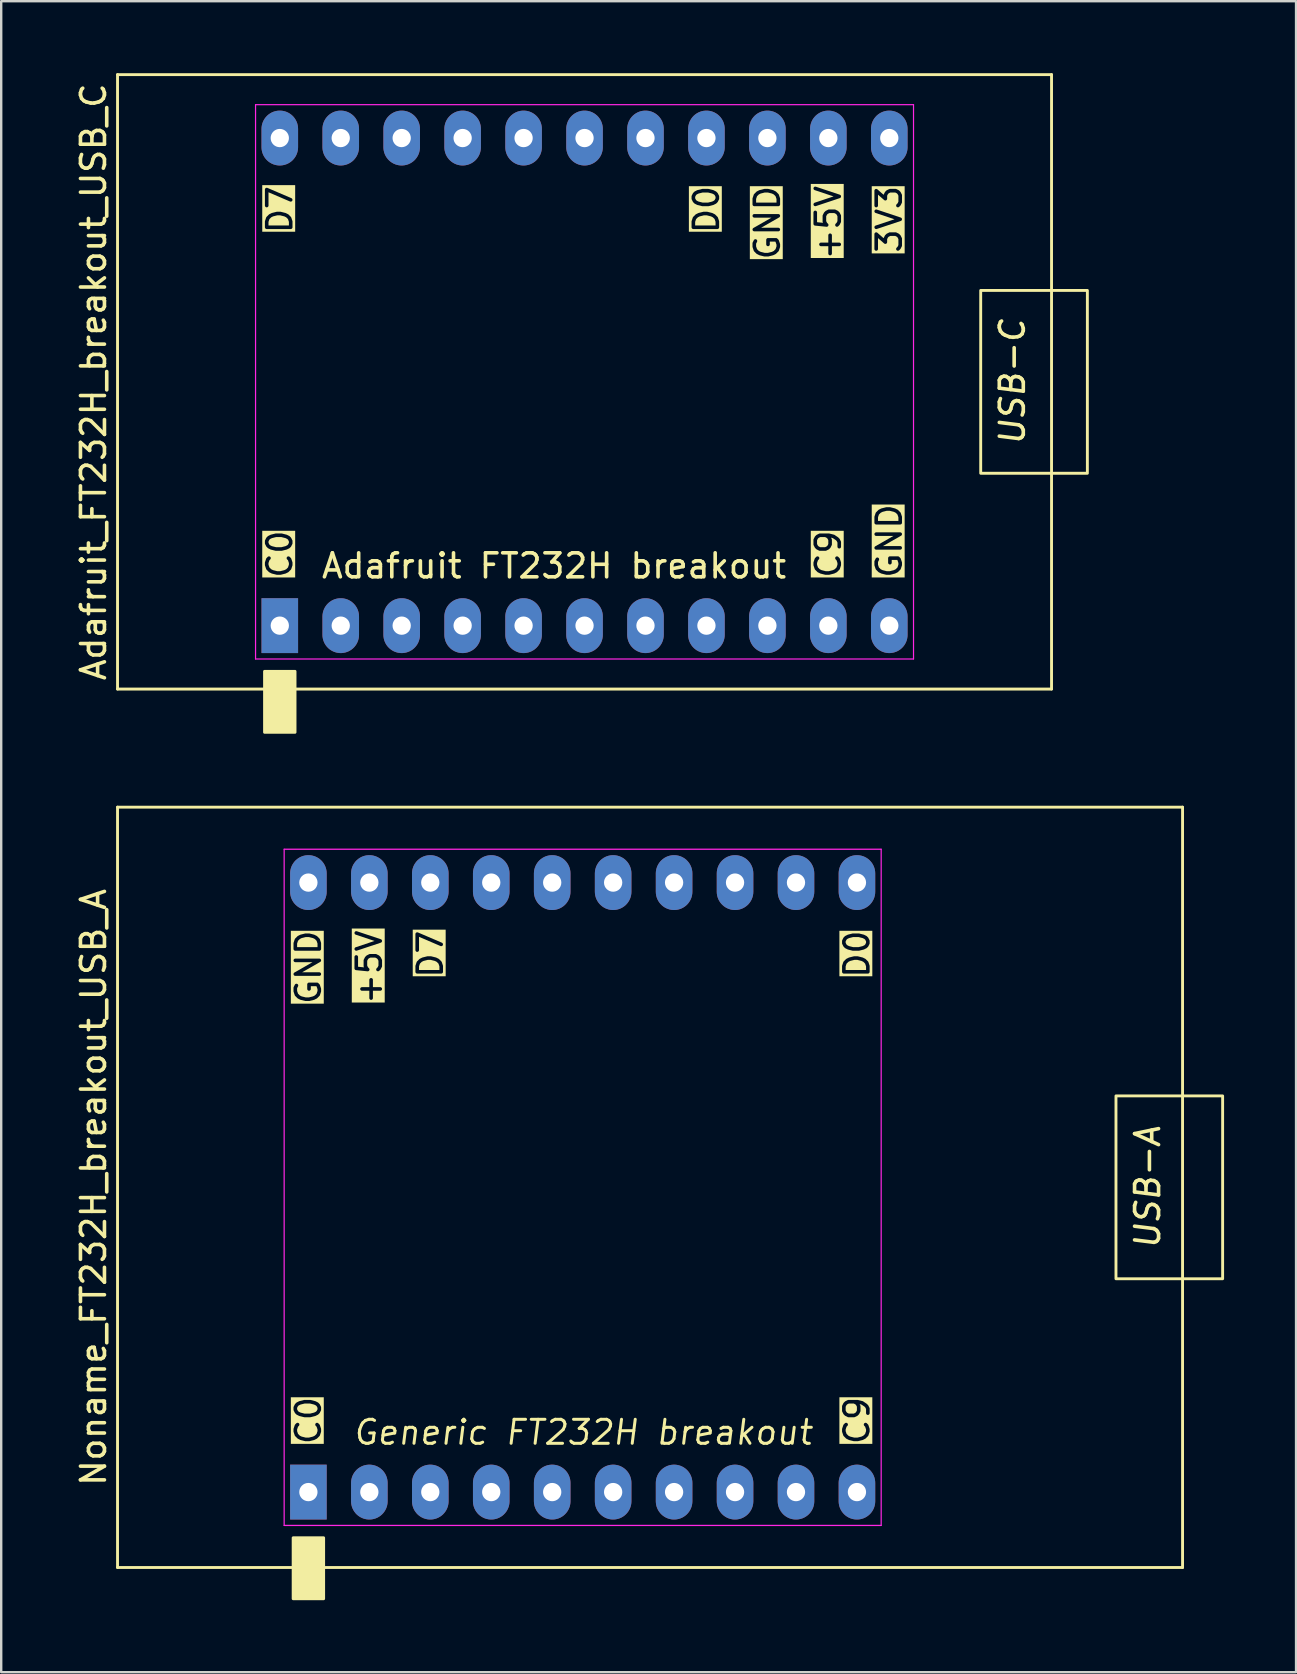
<source format=kicad_pcb>
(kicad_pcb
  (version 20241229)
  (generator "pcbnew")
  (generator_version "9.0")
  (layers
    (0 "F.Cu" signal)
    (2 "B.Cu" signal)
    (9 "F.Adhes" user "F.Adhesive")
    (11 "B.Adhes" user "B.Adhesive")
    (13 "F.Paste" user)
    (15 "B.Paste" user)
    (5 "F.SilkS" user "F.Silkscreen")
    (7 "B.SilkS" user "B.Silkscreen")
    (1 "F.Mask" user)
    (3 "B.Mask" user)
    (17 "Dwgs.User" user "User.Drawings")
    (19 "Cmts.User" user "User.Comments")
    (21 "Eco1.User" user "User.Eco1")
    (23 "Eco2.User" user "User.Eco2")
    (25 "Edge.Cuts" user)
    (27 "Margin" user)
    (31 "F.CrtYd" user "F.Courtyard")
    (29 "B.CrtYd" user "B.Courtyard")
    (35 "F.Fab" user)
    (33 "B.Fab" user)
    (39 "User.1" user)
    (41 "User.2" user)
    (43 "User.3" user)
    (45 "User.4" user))
  (footprint "Noname_FT232H_breakout_USB_A"
    (layer "F.Cu")
    (at 21.232 46.431)
    (property "Reference" "Noname_FT232H_breakout_USB_A" (at -20.384 -0.000001 90) (layer "F.SilkS") (effects (font (size 1 1) (thickness 0.15))))
    (attr through_hole)
    (fp_line (start -19.384 -15.843) (end -19.384 15.843) (stroke (width 0.12) (type default)) (layer "F.SilkS"))
    (fp_line (start -19.384 15.843) (end 25 15.843) (stroke (width 0.12) (type default)) (layer "F.SilkS"))
    (fp_line (start 25 -15.843) (end -19.384 -15.843) (stroke (width 0.12) (type default)) (layer "F.SilkS"))
    (fp_line (start 25 15.843) (end 25 -15.843) (stroke (width 0.12) (type default)) (layer "F.SilkS"))
    (fp_rect (start -12.065 14.605) (end -10.795 17.145) (stroke (width 0.12) (type solid)) (fill yes) (layer "F.SilkS"))
    (fp_rect (start 22.225 -3.81) (end 26.67 3.81) (stroke (width 0.12) (type default)) (fill no) (layer "F.SilkS"))
    (fp_line (start -12.44 -14.09) (end 12.44 -14.09) (stroke (width 0.05) (type default)) (layer "F.CrtYd"))
    (fp_line (start -12.44 14.09) (end -12.44 -14.09) (stroke (width 0.05) (type default)) (layer "F.CrtYd"))
    (fp_line (start 12.44 -14.09) (end 12.44 14.09) (stroke (width 0.05) (type default)) (layer "F.CrtYd"))
    (fp_line (start 12.44 14.09) (end -12.44 14.09) (stroke (width 0.05) (type default)) (layer "F.CrtYd"))
    (fp_text user "D7" (at -6.35 -10.795 90) (unlocked yes) (layer "F.SilkS" knockout) (effects (font (size 1 1) (thickness 0.15)) (justify right)))
    (fp_text user "USB-A" (at 24.13 0 90) (unlocked yes) (layer "F.SilkS") (effects (font (size 1 1) (thickness 0.15) (italic yes)) (justify bottom)))
    (fp_text user "D0" (at 11.43 -10.795 90) (unlocked yes) (layer "F.SilkS" knockout) (effects (font (size 1 1) (thickness 0.15)) (justify right)))
    (fp_text user "+5V" (at -8.89 -10.795 90) (unlocked yes) (layer "F.SilkS" knockout) (effects (font (size 1 1) (thickness 0.15)) (justify right)))
    (fp_text user "GND" (at -11.43 -10.795 90) (unlocked yes) (layer "F.SilkS" knockout) (effects (font (size 1 1) (thickness 0.15)) (justify right)))
    (fp_text user "Generic FT232H breakout" (at 0 10.795 0) (unlocked yes) (layer "F.SilkS") (effects (font (size 1 1) (thickness 0.125) (italic yes)) (justify bottom)))
    (fp_text user "C9" (at 11.43 10.795 90) (unlocked yes) (layer "F.SilkS" knockout) (effects (font (size 1 1) (thickness 0.15)) (justify left)))
    (fp_text user "C0" (at -11.43 10.795 90) (unlocked yes) (layer "F.SilkS" knockout) (effects (font (size 1 1) (thickness 0.15)) (justify left)))
    (pad "1" thru_hole rect (at -11.43 12.7) (size 1.524 2.286) (drill 0.762) (layers "*.Cu" "*.Mask"))
    (pad "2" thru_hole oval (at -8.89 12.7) (size 1.524 2.286) (drill 0.762) (layers "*.Cu" "*.Mask"))
    (pad "3" thru_hole oval (at -6.35 12.7) (size 1.524 2.286) (drill 0.762) (layers "*.Cu" "*.Mask"))
    (pad "4" thru_hole oval (at -3.81 12.7) (size 1.524 2.286) (drill 0.762) (layers "*.Cu" "*.Mask"))
    (pad "5" thru_hole oval (at -1.27 12.7) (size 1.524 2.286) (drill 0.762) (layers "*.Cu" "*.Mask"))
    (pad "6" thru_hole oval (at 1.27 12.7) (size 1.524 2.286) (drill 0.762) (layers "*.Cu" "*.Mask"))
    (pad "7" thru_hole oval (at 3.81 12.7) (size 1.524 2.286) (drill 0.762) (layers "*.Cu" "*.Mask"))
    (pad "8" thru_hole oval (at 6.35 12.7) (size 1.524 2.286) (drill 0.762) (layers "*.Cu" "*.Mask"))
    (pad "9" thru_hole oval (at 8.89 12.7) (size 1.524 2.286) (drill 0.762) (layers "*.Cu" "*.Mask"))
    (pad "10" thru_hole oval (at 11.43 12.7) (size 1.524 2.286) (drill 0.762) (layers "*.Cu" "*.Mask"))
    (pad "11" thru_hole oval (at 11.43 -12.7) (size 1.524 2.286) (drill 0.762) (layers "*.Cu" "*.Mask"))
    (pad "12" thru_hole oval (at 8.89 -12.7) (size 1.524 2.286) (drill 0.762) (layers "*.Cu" "*.Mask"))
    (pad "13" thru_hole oval (at 6.35 -12.7) (size 1.524 2.286) (drill 0.762) (layers "*.Cu" "*.Mask"))
    (pad "14" thru_hole oval (at 3.81 -12.7) (size 1.524 2.286) (drill 0.762) (layers "*.Cu" "*.Mask"))
    (pad "15" thru_hole oval (at 1.27 -12.7) (size 1.524 2.286) (drill 0.762) (layers "*.Cu" "*.Mask"))
    (pad "16" thru_hole oval (at -1.27 -12.7) (size 1.524 2.286) (drill 0.762) (layers "*.Cu" "*.Mask"))
    (pad "17" thru_hole oval (at -3.81 -12.7) (size 1.524 2.286) (drill 0.762) (layers "*.Cu" "*.Mask"))
    (pad "18" thru_hole oval (at -6.35 -12.7) (size 1.524 2.286) (drill 0.762) (layers "*.Cu" "*.Mask"))
    (pad "19" thru_hole oval (at -8.89 -12.7) (size 1.524 2.286) (drill 0.762) (layers "*.Cu" "*.Mask"))
    (pad "20" thru_hole oval (at -11.43 -12.7) (size 1.524 2.286) (drill 0.762) (layers "*.Cu" "*.Mask")))
  (footprint "Adafruit_FT232H_breakout_USB_C"
    (layer "F.Cu")
    (at 21.31 12.863)
    (property "Reference" "Adafruit_FT232H_breakout_USB_C" (at -20.462 0 90) (layer "F.SilkS") (effects (font (size 1 1) (thickness 0.15))))
    (attr through_hole)
    (fp_line (start -19.462 -12.803) (end -19.462 12.803) (stroke (width 0.12) (type default)) (layer "F.SilkS"))
    (fp_line (start -19.462 12.803) (end 19.462 12.803) (stroke (width 0.12) (type default)) (layer "F.SilkS"))
    (fp_line (start 19.462 -12.803) (end -19.462 -12.803) (stroke (width 0.12) (type default)) (layer "F.SilkS"))
    (fp_line (start 19.462 12.803) (end 19.462 -12.803) (stroke (width 0.12) (type default)) (layer "F.SilkS"))
    (fp_rect (start -13.335 12.065) (end -12.065 14.605) (stroke (width 0.12) (type solid)) (fill yes) (layer "F.SilkS"))
    (fp_rect (start 16.51 -3.81) (end 20.955 3.81) (stroke (width 0.12) (type default)) (fill no) (layer "F.SilkS"))
    (fp_line (start -13.71 -11.55) (end 13.71 -11.55) (stroke (width 0.05) (type default)) (layer "F.CrtYd"))
    (fp_line (start -13.71 11.55) (end -13.71 -11.55) (stroke (width 0.05) (type default)) (layer "F.CrtYd"))
    (fp_line (start 13.71 -11.55) (end 13.71 11.55) (stroke (width 0.05) (type default)) (layer "F.CrtYd"))
    (fp_line (start 13.71 11.55) (end -13.71 11.55) (stroke (width 0.05) (type default)) (layer "F.CrtYd"))
    (fp_text user "USB-C" (at 18.415 0 90) (unlocked yes) (layer "F.SilkS") (effects (font (size 1 1) (thickness 0.15) (italic yes)) (justify bottom)))
    (fp_text user "GND" (at 7.62 -8.255 90) (unlocked yes) (layer "F.SilkS" knockout) (effects (font (size 1 1) (thickness 0.15)) (justify right)))
    (fp_text user "D7" (at -12.7 -8.255 90) (unlocked yes) (layer "F.SilkS" knockout) (effects (font (size 1 1) (thickness 0.15)) (justify right)))
    (fp_text user "C9" (at 10.16 8.255 90) (unlocked yes) (layer "F.SilkS" knockout) (effects (font (size 1 1) (thickness 0.15)) (justify left)))
    (fp_text user "D0" (at 5.08 -8.255 90) (unlocked yes) (layer "F.SilkS" knockout) (effects (font (size 1 1) (thickness 0.15)) (justify right)))
    (fp_text user "3V3" (at 12.7 -8.255 90) (unlocked yes) (layer "F.SilkS" knockout) (effects (font (size 1 1) (thickness 0.15)) (justify right)))
    (fp_text user "GND" (at 12.7 8.255 90) (unlocked yes) (layer "F.SilkS" knockout) (effects (font (size 1 1) (thickness 0.15)) (justify left)))
    (fp_text user "Adafruit FT232H breakout" (at -1.27 8.255 0) (unlocked yes) (layer "F.SilkS") (effects (font (size 1 1) (thickness 0.15)) (justify bottom)))
    (fp_text user "+5V" (at 10.16 -8.255 90) (unlocked yes) (layer "F.SilkS" knockout) (effects (font (size 1 1) (thickness 0.15)) (justify right)))
    (fp_text user "C0" (at -12.7 8.255 90) (unlocked yes) (layer "F.SilkS" knockout) (effects (font (size 1 1) (thickness 0.15)) (justify left)))
    (pad "1" thru_hole rect (at -12.7 10.16) (size 1.524 2.286) (drill 0.762) (layers "*.Cu" "*.Mask"))
    (pad "2" thru_hole oval (at -10.16 10.16) (size 1.524 2.286) (drill 0.762) (layers "*.Cu" "*.Mask"))
    (pad "3" thru_hole oval (at -7.62 10.16) (size 1.524 2.286) (drill 0.762) (layers "*.Cu" "*.Mask"))
    (pad "4" thru_hole oval (at -5.08 10.16) (size 1.524 2.286) (drill 0.762) (layers "*.Cu" "*.Mask"))
    (pad "5" thru_hole oval (at -2.54 10.16) (size 1.524 2.286) (drill 0.762) (layers "*.Cu" "*.Mask"))
    (pad "6" thru_hole oval (at 0 10.16) (size 1.524 2.286) (drill 0.762) (layers "*.Cu" "*.Mask"))
    (pad "7" thru_hole oval (at 2.54 10.16) (size 1.524 2.286) (drill 0.762) (layers "*.Cu" "*.Mask"))
    (pad "8" thru_hole oval (at 5.08 10.16) (size 1.524 2.286) (drill 0.762) (layers "*.Cu" "*.Mask"))
    (pad "9" thru_hole oval (at 7.62 10.16) (size 1.524 2.286) (drill 0.762) (layers "*.Cu" "*.Mask"))
    (pad "10" thru_hole oval (at 10.16 10.16) (size 1.524 2.286) (drill 0.762) (layers "*.Cu" "*.Mask"))
    (pad "11" thru_hole oval (at 12.7 10.16) (size 1.524 2.286) (drill 0.762) (layers "*.Cu" "*.Mask"))
    (pad "12" thru_hole oval (at 12.7 -10.16) (size 1.524 2.286) (drill 0.762) (layers "*.Cu" "*.Mask"))
    (pad "13" thru_hole oval (at 10.16 -10.16) (size 1.524 2.286) (drill 0.762) (layers "*.Cu" "*.Mask"))
    (pad "14" thru_hole oval (at 7.62 -10.16) (size 1.524 2.286) (drill 0.762) (layers "*.Cu" "*.Mask"))
    (pad "15" thru_hole oval (at 5.08 -10.16) (size 1.524 2.286) (drill 0.762) (layers "*.Cu" "*.Mask"))
    (pad "16" thru_hole oval (at 2.54 -10.16) (size 1.524 2.286) (drill 0.762) (layers "*.Cu" "*.Mask"))
    (pad "17" thru_hole oval (at 0 -10.16) (size 1.524 2.286) (drill 0.762) (layers "*.Cu" "*.Mask"))
    (pad "18" thru_hole oval (at -2.54 -10.16) (size 1.524 2.286) (drill 0.762) (layers "*.Cu" "*.Mask"))
    (pad "19" thru_hole oval (at -5.08 -10.16) (size 1.524 2.286) (drill 0.762) (layers "*.Cu" "*.Mask"))
    (pad "20" thru_hole oval (at -7.62 -10.16) (size 1.524 2.286) (drill 0.762) (layers "*.Cu" "*.Mask"))
    (pad "21" thru_hole oval (at -10.16 -10.16) (size 1.524 2.286) (drill 0.762) (layers "*.Cu" "*.Mask"))
    (pad "22" thru_hole oval (at -12.7 -10.16) (size 1.524 2.286) (drill 0.762) (layers "*.Cu" "*.Mask")))
  (gr_rect
    (start -3 -3)
    (end 50.962 66.636)
    (stroke (width 0.1) (type default))
    (fill no)
    (layer "Edge.Cuts")))
</source>
